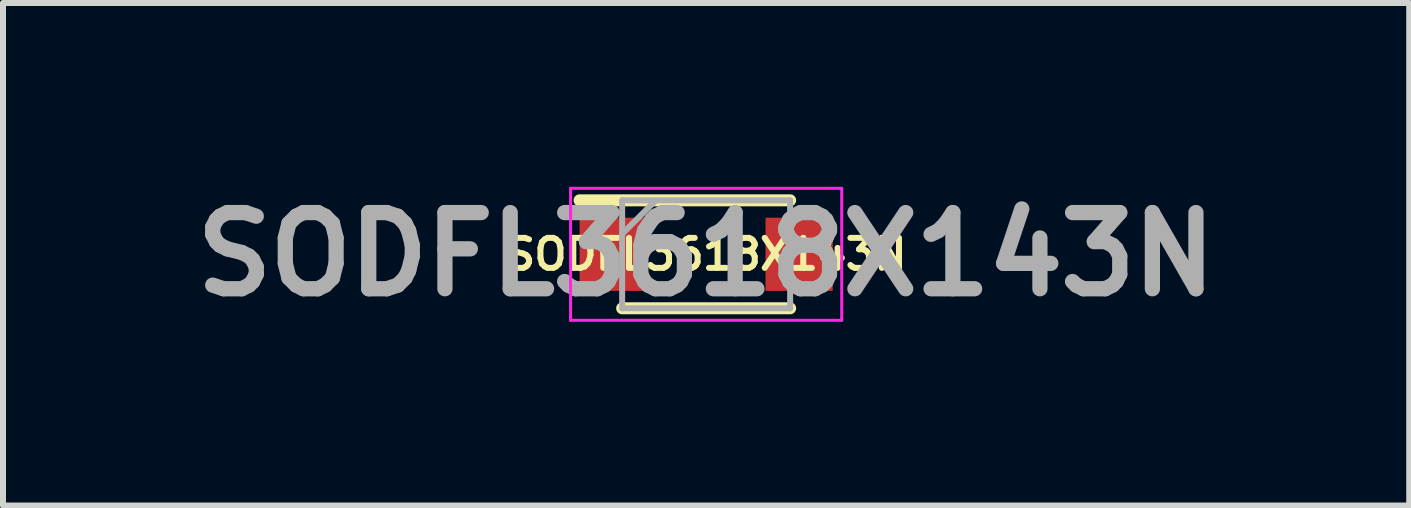
<source format=kicad_pcb>
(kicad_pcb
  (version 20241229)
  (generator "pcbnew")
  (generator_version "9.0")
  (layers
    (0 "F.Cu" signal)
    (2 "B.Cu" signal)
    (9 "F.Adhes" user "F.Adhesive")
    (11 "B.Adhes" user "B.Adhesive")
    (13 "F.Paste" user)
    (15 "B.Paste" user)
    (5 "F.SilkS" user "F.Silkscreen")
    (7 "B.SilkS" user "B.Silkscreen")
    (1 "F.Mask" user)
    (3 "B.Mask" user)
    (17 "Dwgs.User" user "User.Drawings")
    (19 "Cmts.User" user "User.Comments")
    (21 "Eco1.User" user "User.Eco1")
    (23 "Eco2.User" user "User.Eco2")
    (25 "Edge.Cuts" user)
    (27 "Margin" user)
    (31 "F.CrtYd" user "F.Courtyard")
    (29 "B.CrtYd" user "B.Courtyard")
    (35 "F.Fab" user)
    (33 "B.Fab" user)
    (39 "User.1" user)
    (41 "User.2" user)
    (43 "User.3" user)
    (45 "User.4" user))
  (footprint "SODFL3618X143N"
    (layer "F.Cu")
    (at 8.721 1.189)
    (property "Reference" "SODFL3618X143N" (at 0 0 0) (unlocked yes) (layer "F.SilkS") (effects (font (size 0.5 0.5) (thickness 0.1))))
    (attr smd)
    (fp_line (start -2.11 -0.9) (end 1.4 -0.9) (stroke (width 0.2) (type solid)) (layer "F.SilkS"))
    (fp_line (start -1.4 0.9) (end 1.4 0.9) (stroke (width 0.2) (type solid)) (layer "F.SilkS"))
    (fp_line (start -2.26 -1.1) (end 2.26 -1.1) (stroke (width 0.05) (type solid)) (layer "F.CrtYd"))
    (fp_line (start -2.26 1.1) (end -2.26 -1.1) (stroke (width 0.05) (type solid)) (layer "F.CrtYd"))
    (fp_line (start 2.26 -1.1) (end 2.26 1.1) (stroke (width 0.05) (type solid)) (layer "F.CrtYd"))
    (fp_line (start 2.26 1.1) (end -2.26 1.1) (stroke (width 0.05) (type solid)) (layer "F.CrtYd"))
    (fp_line (start -1.4 -0.9) (end 1.4 -0.9) (stroke (width 0.1) (type solid)) (layer "F.Fab"))
    (fp_line (start -1.4 -0.34) (end -0.84 -0.9) (stroke (width 0.1) (type solid)) (layer "F.Fab"))
    (fp_line (start -1.4 0.9) (end -1.4 -0.9) (stroke (width 0.1) (type solid)) (layer "F.Fab"))
    (fp_line (start 1.4 -0.9) (end 1.4 0.9) (stroke (width 0.1) (type solid)) (layer "F.Fab"))
    (fp_line (start 1.4 0.9) (end -1.4 0.9) (stroke (width 0.1) (type solid)) (layer "F.Fab"))
    (fp_text user "${REFERENCE}" (at 0 0 0) (layer "F.Fab") (effects (font (size 1.27 1.27) (thickness 0.254))))
    (pad "1" smd rect (at -1.55 0) (size 1.12 1.22) (layers "F.Cu" "F.Mask" "F.Paste"))
    (pad "2" smd rect (at 1.55 0) (size 1.12 1.22) (layers "F.Cu" "F.Mask" "F.Paste")))
  (gr_rect
    (start -3 -3)
    (end 20.441 5.377)
    (stroke (width 0.1) (type default))
    (fill no)
    (layer "Edge.Cuts")))
</source>
